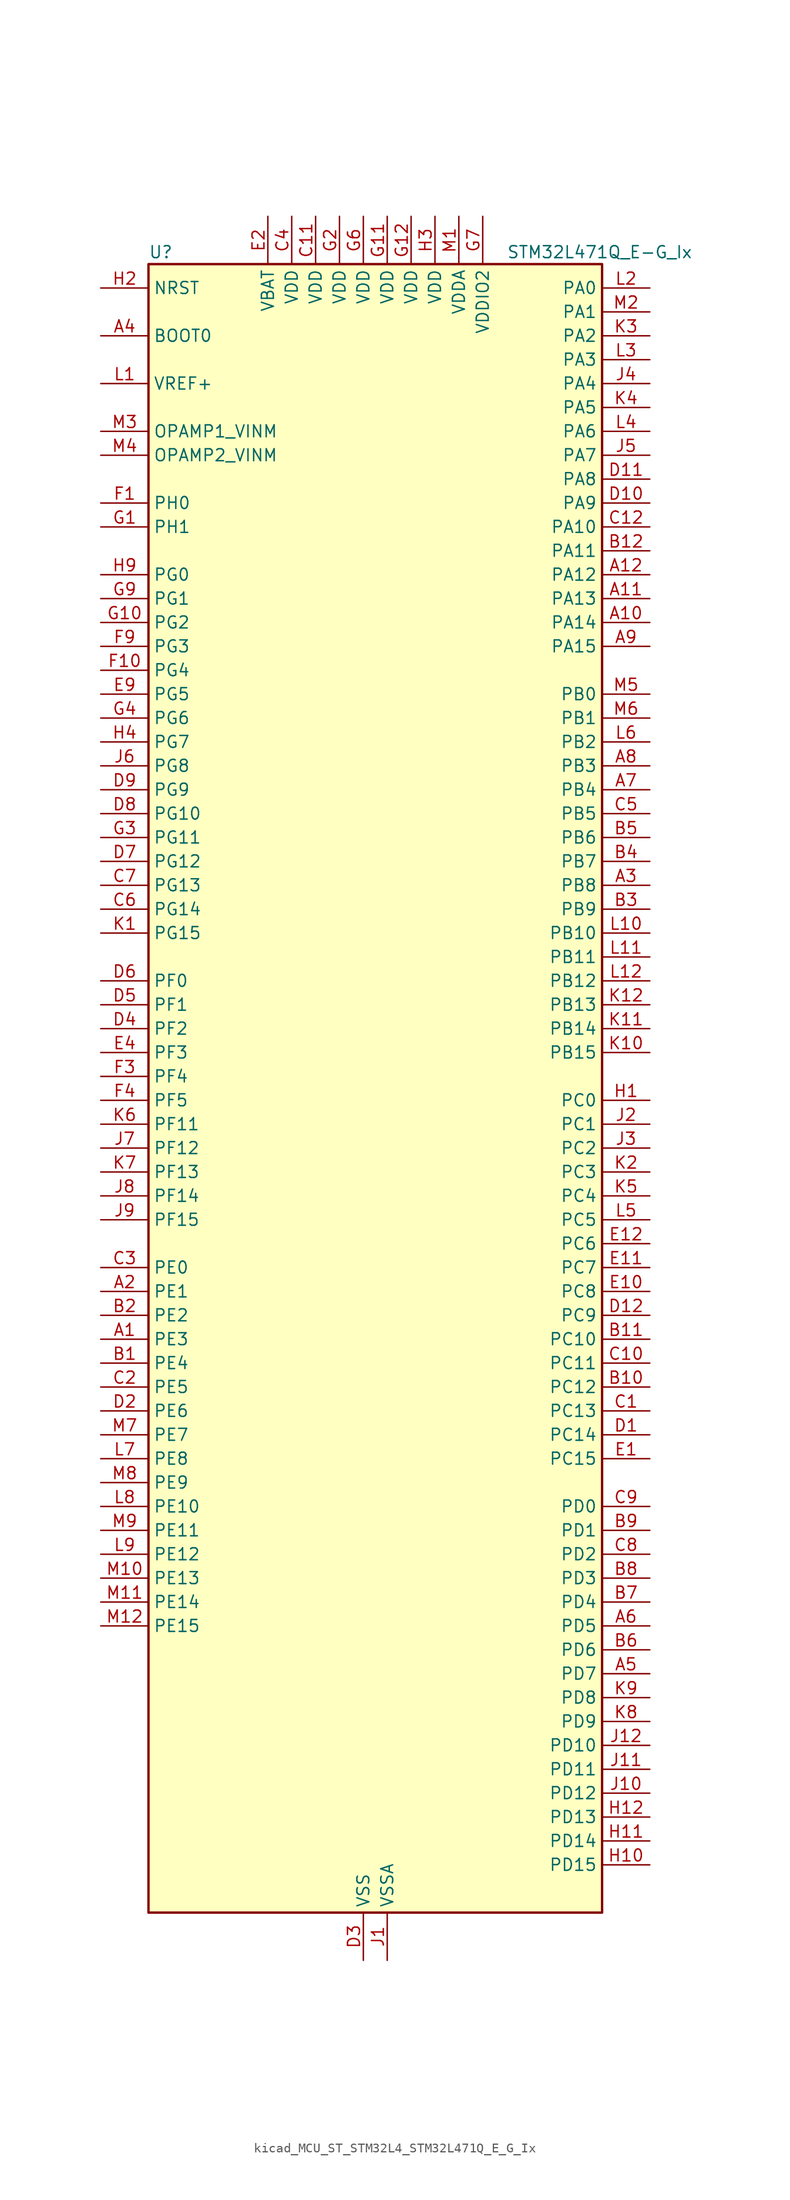
<source format=kicad_sym>
(kicad_symbol_lib
  (version 20220914)
  (generator kicad_symbol_editor)
  (symbol "kicad_MCU_ST_STM32L4_STM32L471Q_E_G_Ix"
    (property "Reference" "U"
      (at -22.86 90.17 0)
      (effects (font (size 1.27 1.27)) (justify left)))
    (property "Value" "STM32L471Q_E-G_Ix"
      (at 15.24 90.17 0)
      (effects (font (size 1.27 1.27)) (justify left)))
    (property "ki_locked" ""
      (at 0 0 0)
      (effects (font (size 1.27 1.27))))
    (symbol "kicad_MCU_ST_STM32L4_STM32L471Q_E_G_Ix_0_1"
      (rectangle (start -22.86 -86.36) (end 25.4 88.9) (stroke (width 0.254) (type default)) (fill (type background))))
    (symbol "kicad_MCU_ST_STM32L4_STM32L471Q_E_G_Ix_1_1"
      (pin bidirectional line (at -27.94 -25.4 0) (length 5.08) (name "PE3" (effects (font (size 1.27 1.27)))) (number "A1" (effects (font (size 1.27 1.27)))) (alternate "FMC_A19" bidirectional line) (alternate "SAI1_SD_B" bidirectional line) (alternate "SYS_TRACED0" bidirectional line) (alternate "TIM3_CH1" bidirectional line) (alternate "TSC_G7_IO2" bidirectional line))
      (pin bidirectional line (at 30.48 50.8 180) (length 5.08) (name "PA14" (effects (font (size 1.27 1.27)))) (number "A10" (effects (font (size 1.27 1.27)))) (alternate "SYS_JTCK-SWCLK" bidirectional line))
      (pin bidirectional line (at 30.48 53.34 180) (length 5.08) (name "PA13" (effects (font (size 1.27 1.27)))) (number "A11" (effects (font (size 1.27 1.27)))) (alternate "IR_OUT" bidirectional line) (alternate "SYS_JTMS-SWDIO" bidirectional line))
      (pin bidirectional line (at 30.48 55.88 180) (length 5.08) (name "PA12" (effects (font (size 1.27 1.27)))) (number "A12" (effects (font (size 1.27 1.27)))) (alternate "CAN1_TX" bidirectional line) (alternate "TIM1_ETR" bidirectional line) (alternate "USART1_DE" bidirectional line) (alternate "USART1_RTS" bidirectional line))
      (pin bidirectional line (at -27.94 -20.32 0) (length 5.08) (name "PE1" (effects (font (size 1.27 1.27)))) (number "A2" (effects (font (size 1.27 1.27)))) (alternate "FMC_NBL1" bidirectional line) (alternate "TIM17_CH1" bidirectional line))
      (pin bidirectional line (at 30.48 22.86 180) (length 5.08) (name "PB8" (effects (font (size 1.27 1.27)))) (number "A3" (effects (font (size 1.27 1.27)))) (alternate "CAN1_RX" bidirectional line) (alternate "DFSDM1_DATIN6" bidirectional line) (alternate "I2C1_SCL" bidirectional line) (alternate "SAI1_MCLK_A" bidirectional line) (alternate "SDMMC1_D4" bidirectional line) (alternate "TIM16_CH1" bidirectional line) (alternate "TIM4_CH3" bidirectional line))
      (pin input line (at -27.94 81.28 0) (length 5.08) (name "BOOT0" (effects (font (size 1.27 1.27)))) (number "A4" (effects (font (size 1.27 1.27)))))
      (pin bidirectional line (at 30.48 -60.96 180) (length 5.08) (name "PD7" (effects (font (size 1.27 1.27)))) (number "A5" (effects (font (size 1.27 1.27)))) (alternate "DFSDM1_CKIN1" bidirectional line) (alternate "FMC_NE1" bidirectional line) (alternate "USART2_CK" bidirectional line))
      (pin bidirectional line (at 30.48 -55.88 180) (length 5.08) (name "PD5" (effects (font (size 1.27 1.27)))) (number "A6" (effects (font (size 1.27 1.27)))) (alternate "FMC_NWE" bidirectional line) (alternate "USART2_TX" bidirectional line))
      (pin bidirectional line (at 30.48 33.02 180) (length 5.08) (name "PB4" (effects (font (size 1.27 1.27)))) (number "A7" (effects (font (size 1.27 1.27)))) (alternate "COMP2_INP" bidirectional line) (alternate "SAI1_MCLK_B" bidirectional line) (alternate "SPI1_MISO" bidirectional line) (alternate "SPI3_MISO" bidirectional line) (alternate "SYS_JTRST" bidirectional line) (alternate "TIM17_BKIN" bidirectional line) (alternate "TIM3_CH1" bidirectional line) (alternate "TSC_G2_IO1" bidirectional line) (alternate "UART5_DE" bidirectional line) (alternate "UART5_RTS" bidirectional line) (alternate "USART1_CTS" bidirectional line))
      (pin bidirectional line (at 30.48 35.56 180) (length 5.08) (name "PB3" (effects (font (size 1.27 1.27)))) (number "A8" (effects (font (size 1.27 1.27)))) (alternate "COMP2_INM" bidirectional line) (alternate "SAI1_SCK_B" bidirectional line) (alternate "SPI1_SCK" bidirectional line) (alternate "SPI3_SCK" bidirectional line) (alternate "SYS_JTDO-SWO" bidirectional line) (alternate "TIM2_CH2" bidirectional line) (alternate "USART1_DE" bidirectional line) (alternate "USART1_RTS" bidirectional line))
      (pin bidirectional line (at 30.48 48.26 180) (length 5.08) (name "PA15" (effects (font (size 1.27 1.27)))) (number "A9" (effects (font (size 1.27 1.27)))) (alternate "ADC1_EXTI15" bidirectional line) (alternate "ADC2_EXTI15" bidirectional line) (alternate "ADC3_EXTI15" bidirectional line) (alternate "SAI2_FS_B" bidirectional line) (alternate "SPI1_NSS" bidirectional line) (alternate "SPI3_NSS" bidirectional line) (alternate "SYS_JTDI" bidirectional line) (alternate "TIM2_CH1" bidirectional line) (alternate "TIM2_ETR" bidirectional line) (alternate "TSC_G3_IO1" bidirectional line) (alternate "UART4_DE" bidirectional line) (alternate "UART4_RTS" bidirectional line))
      (pin bidirectional line (at -27.94 -27.94 0) (length 5.08) (name "PE4" (effects (font (size 1.27 1.27)))) (number "B1" (effects (font (size 1.27 1.27)))) (alternate "DFSDM1_DATIN3" bidirectional line) (alternate "FMC_A20" bidirectional line) (alternate "SAI1_FS_A" bidirectional line) (alternate "SYS_TRACED1" bidirectional line) (alternate "TIM3_CH2" bidirectional line) (alternate "TSC_G7_IO3" bidirectional line))
      (pin bidirectional line (at 30.48 -30.48 180) (length 5.08) (name "PC12" (effects (font (size 1.27 1.27)))) (number "B10" (effects (font (size 1.27 1.27)))) (alternate "SAI2_SD_B" bidirectional line) (alternate "SDMMC1_CK" bidirectional line) (alternate "SPI3_MOSI" bidirectional line) (alternate "TSC_G3_IO4" bidirectional line) (alternate "UART5_TX" bidirectional line) (alternate "USART3_CK" bidirectional line))
      (pin bidirectional line (at 30.48 -25.4 180) (length 5.08) (name "PC10" (effects (font (size 1.27 1.27)))) (number "B11" (effects (font (size 1.27 1.27)))) (alternate "SAI2_SCK_B" bidirectional line) (alternate "SDMMC1_D2" bidirectional line) (alternate "SPI3_SCK" bidirectional line) (alternate "TSC_G3_IO2" bidirectional line) (alternate "UART4_TX" bidirectional line) (alternate "USART3_TX" bidirectional line))
      (pin bidirectional line (at 30.48 58.42 180) (length 5.08) (name "PA11" (effects (font (size 1.27 1.27)))) (number "B12" (effects (font (size 1.27 1.27)))) (alternate "ADC1_EXTI11" bidirectional line) (alternate "ADC2_EXTI11" bidirectional line) (alternate "ADC3_EXTI11" bidirectional line) (alternate "CAN1_RX" bidirectional line) (alternate "TIM1_BKIN2" bidirectional line) (alternate "TIM1_BKIN2_COMP1" bidirectional line) (alternate "TIM1_CH4" bidirectional line) (alternate "USART1_CTS" bidirectional line))
      (pin bidirectional line (at -27.94 -22.86 0) (length 5.08) (name "PE2" (effects (font (size 1.27 1.27)))) (number "B2" (effects (font (size 1.27 1.27)))) (alternate "FMC_A23" bidirectional line) (alternate "SAI1_MCLK_A" bidirectional line) (alternate "SYS_TRACECLK" bidirectional line) (alternate "TIM3_ETR" bidirectional line) (alternate "TSC_G7_IO1" bidirectional line))
      (pin bidirectional line (at 30.48 20.32 180) (length 5.08) (name "PB9" (effects (font (size 1.27 1.27)))) (number "B3" (effects (font (size 1.27 1.27)))) (alternate "CAN1_TX" bidirectional line) (alternate "DAC1_EXTI9" bidirectional line) (alternate "DFSDM1_CKIN6" bidirectional line) (alternate "I2C1_SDA" bidirectional line) (alternate "IR_OUT" bidirectional line) (alternate "SAI1_FS_A" bidirectional line) (alternate "SDMMC1_D5" bidirectional line) (alternate "SPI2_NSS" bidirectional line) (alternate "TIM17_CH1" bidirectional line) (alternate "TIM4_CH4" bidirectional line))
      (pin bidirectional line (at 30.48 25.4 180) (length 5.08) (name "PB7" (effects (font (size 1.27 1.27)))) (number "B4" (effects (font (size 1.27 1.27)))) (alternate "COMP2_INM" bidirectional line) (alternate "DFSDM1_CKIN5" bidirectional line) (alternate "FMC_NL" bidirectional line) (alternate "I2C1_SDA" bidirectional line) (alternate "LPTIM1_IN2" bidirectional line) (alternate "SYS_PVD_IN" bidirectional line) (alternate "TIM17_CH1N" bidirectional line) (alternate "TIM4_CH2" bidirectional line) (alternate "TIM8_BKIN" bidirectional line) (alternate "TIM8_BKIN_COMP1" bidirectional line) (alternate "TSC_G2_IO4" bidirectional line) (alternate "UART4_CTS" bidirectional line) (alternate "USART1_RX" bidirectional line))
      (pin bidirectional line (at 30.48 27.94 180) (length 5.08) (name "PB6" (effects (font (size 1.27 1.27)))) (number "B5" (effects (font (size 1.27 1.27)))) (alternate "COMP2_INP" bidirectional line) (alternate "DFSDM1_DATIN5" bidirectional line) (alternate "I2C1_SCL" bidirectional line) (alternate "LPTIM1_ETR" bidirectional line) (alternate "SAI1_FS_B" bidirectional line) (alternate "TIM16_CH1N" bidirectional line) (alternate "TIM4_CH1" bidirectional line) (alternate "TIM8_BKIN2" bidirectional line) (alternate "TIM8_BKIN2_COMP2" bidirectional line) (alternate "TSC_G2_IO3" bidirectional line) (alternate "USART1_TX" bidirectional line))
      (pin bidirectional line (at 30.48 -58.42 180) (length 5.08) (name "PD6" (effects (font (size 1.27 1.27)))) (number "B6" (effects (font (size 1.27 1.27)))) (alternate "DFSDM1_DATIN1" bidirectional line) (alternate "FMC_NWAIT" bidirectional line) (alternate "SAI1_SD_A" bidirectional line) (alternate "USART2_RX" bidirectional line))
      (pin bidirectional line (at 30.48 -53.34 180) (length 5.08) (name "PD4" (effects (font (size 1.27 1.27)))) (number "B7" (effects (font (size 1.27 1.27)))) (alternate "DFSDM1_CKIN0" bidirectional line) (alternate "FMC_NOE" bidirectional line) (alternate "SPI2_MOSI" bidirectional line) (alternate "USART2_DE" bidirectional line) (alternate "USART2_RTS" bidirectional line))
      (pin bidirectional line (at 30.48 -50.8 180) (length 5.08) (name "PD3" (effects (font (size 1.27 1.27)))) (number "B8" (effects (font (size 1.27 1.27)))) (alternate "DFSDM1_DATIN0" bidirectional line) (alternate "FMC_CLK" bidirectional line) (alternate "SPI2_MISO" bidirectional line) (alternate "USART2_CTS" bidirectional line))
      (pin bidirectional line (at 30.48 -45.72 180) (length 5.08) (name "PD1" (effects (font (size 1.27 1.27)))) (number "B9" (effects (font (size 1.27 1.27)))) (alternate "CAN1_TX" bidirectional line) (alternate "DFSDM1_CKIN7" bidirectional line) (alternate "FMC_D3" bidirectional line) (alternate "FMC_DA3" bidirectional line) (alternate "SPI2_SCK" bidirectional line))
      (pin bidirectional line (at 30.48 -33.02 180) (length 5.08) (name "PC13" (effects (font (size 1.27 1.27)))) (number "C1" (effects (font (size 1.27 1.27)))) (alternate "RTC_OUT_ALARM" bidirectional line) (alternate "RTC_OUT_CALIB" bidirectional line) (alternate "RTC_TAMP1" bidirectional line) (alternate "RTC_TS" bidirectional line) (alternate "SYS_WKUP2" bidirectional line))
      (pin bidirectional line (at 30.48 -27.94 180) (length 5.08) (name "PC11" (effects (font (size 1.27 1.27)))) (number "C10" (effects (font (size 1.27 1.27)))) (alternate "ADC1_EXTI11" bidirectional line) (alternate "ADC2_EXTI11" bidirectional line) (alternate "ADC3_EXTI11" bidirectional line) (alternate "SAI2_MCLK_B" bidirectional line) (alternate "SDMMC1_D3" bidirectional line) (alternate "SPI3_MISO" bidirectional line) (alternate "TSC_G3_IO3" bidirectional line) (alternate "UART4_RX" bidirectional line) (alternate "USART3_RX" bidirectional line))
      (pin power_in line (at -5.08 93.98 270) (length 5.08) (name "VDD" (effects (font (size 1.27 1.27)))) (number "C11" (effects (font (size 1.27 1.27)))))
      (pin bidirectional line (at 30.48 60.96 180) (length 5.08) (name "PA10" (effects (font (size 1.27 1.27)))) (number "C12" (effects (font (size 1.27 1.27)))) (alternate "TIM17_BKIN" bidirectional line) (alternate "TIM1_CH3" bidirectional line) (alternate "USART1_RX" bidirectional line))
      (pin bidirectional line (at -27.94 -30.48 0) (length 5.08) (name "PE5" (effects (font (size 1.27 1.27)))) (number "C2" (effects (font (size 1.27 1.27)))) (alternate "DFSDM1_CKIN3" bidirectional line) (alternate "FMC_A21" bidirectional line) (alternate "SAI1_SCK_A" bidirectional line) (alternate "SYS_TRACED2" bidirectional line) (alternate "TIM3_CH3" bidirectional line) (alternate "TSC_G7_IO4" bidirectional line))
      (pin bidirectional line (at -27.94 -17.78 0) (length 5.08) (name "PE0" (effects (font (size 1.27 1.27)))) (number "C3" (effects (font (size 1.27 1.27)))) (alternate "FMC_NBL0" bidirectional line) (alternate "TIM16_CH1" bidirectional line) (alternate "TIM4_ETR" bidirectional line))
      (pin power_in line (at -7.62 93.98 270) (length 5.08) (name "VDD" (effects (font (size 1.27 1.27)))) (number "C4" (effects (font (size 1.27 1.27)))))
      (pin bidirectional line (at 30.48 30.48 180) (length 5.08) (name "PB5" (effects (font (size 1.27 1.27)))) (number "C5" (effects (font (size 1.27 1.27)))) (alternate "COMP2_OUT" bidirectional line) (alternate "I2C1_SMBA" bidirectional line) (alternate "LPTIM1_IN1" bidirectional line) (alternate "SAI1_SD_B" bidirectional line) (alternate "SPI1_MOSI" bidirectional line) (alternate "SPI3_MOSI" bidirectional line) (alternate "TIM16_BKIN" bidirectional line) (alternate "TIM3_CH2" bidirectional line) (alternate "TSC_G2_IO2" bidirectional line) (alternate "UART5_CTS" bidirectional line) (alternate "USART1_CK" bidirectional line))
      (pin bidirectional line (at -27.94 20.32 0) (length 5.08) (name "PG14" (effects (font (size 1.27 1.27)))) (number "C6" (effects (font (size 1.27 1.27)))) (alternate "FMC_A25" bidirectional line) (alternate "I2C1_SCL" bidirectional line))
      (pin bidirectional line (at -27.94 22.86 0) (length 5.08) (name "PG13" (effects (font (size 1.27 1.27)))) (number "C7" (effects (font (size 1.27 1.27)))) (alternate "FMC_A24" bidirectional line) (alternate "I2C1_SDA" bidirectional line) (alternate "USART1_CK" bidirectional line))
      (pin bidirectional line (at 30.48 -48.26 180) (length 5.08) (name "PD2" (effects (font (size 1.27 1.27)))) (number "C8" (effects (font (size 1.27 1.27)))) (alternate "SDMMC1_CMD" bidirectional line) (alternate "TIM3_ETR" bidirectional line) (alternate "TSC_SYNC" bidirectional line) (alternate "UART5_RX" bidirectional line) (alternate "USART3_DE" bidirectional line) (alternate "USART3_RTS" bidirectional line))
      (pin bidirectional line (at 30.48 -43.18 180) (length 5.08) (name "PD0" (effects (font (size 1.27 1.27)))) (number "C9" (effects (font (size 1.27 1.27)))) (alternate "CAN1_RX" bidirectional line) (alternate "DFSDM1_DATIN7" bidirectional line) (alternate "FMC_D2" bidirectional line) (alternate "FMC_DA2" bidirectional line) (alternate "SPI2_NSS" bidirectional line))
      (pin bidirectional line (at 30.48 -35.56 180) (length 5.08) (name "PC14" (effects (font (size 1.27 1.27)))) (number "D1" (effects (font (size 1.27 1.27)))) (alternate "RCC_OSC32_IN" bidirectional line))
      (pin bidirectional line (at 30.48 63.5 180) (length 5.08) (name "PA9" (effects (font (size 1.27 1.27)))) (number "D10" (effects (font (size 1.27 1.27)))) (alternate "DAC1_EXTI9" bidirectional line) (alternate "TIM15_BKIN" bidirectional line) (alternate "TIM1_CH2" bidirectional line) (alternate "USART1_TX" bidirectional line))
      (pin bidirectional line (at 30.48 66.04 180) (length 5.08) (name "PA8" (effects (font (size 1.27 1.27)))) (number "D11" (effects (font (size 1.27 1.27)))) (alternate "LPTIM2_OUT" bidirectional line) (alternate "RCC_MCO" bidirectional line) (alternate "TIM1_CH1" bidirectional line) (alternate "USART1_CK" bidirectional line))
      (pin bidirectional line (at 30.48 -22.86 180) (length 5.08) (name "PC9" (effects (font (size 1.27 1.27)))) (number "D12" (effects (font (size 1.27 1.27)))) (alternate "DAC1_EXTI9" bidirectional line) (alternate "SAI2_EXTCLK" bidirectional line) (alternate "SDMMC1_D1" bidirectional line) (alternate "TIM3_CH4" bidirectional line) (alternate "TIM8_BKIN2" bidirectional line) (alternate "TIM8_BKIN2_COMP1" bidirectional line) (alternate "TIM8_CH4" bidirectional line) (alternate "TSC_G4_IO4" bidirectional line))
      (pin bidirectional line (at -27.94 -33.02 0) (length 5.08) (name "PE6" (effects (font (size 1.27 1.27)))) (number "D2" (effects (font (size 1.27 1.27)))) (alternate "FMC_A22" bidirectional line) (alternate "RTC_TAMP3" bidirectional line) (alternate "SAI1_SD_A" bidirectional line) (alternate "SYS_TRACED3" bidirectional line) (alternate "SYS_WKUP3" bidirectional line) (alternate "TIM3_CH4" bidirectional line))
      (pin power_in line (at 0 -91.44 90) (length 5.08) (name "VSS" (effects (font (size 1.27 1.27)))) (number "D3" (effects (font (size 1.27 1.27)))))
      (pin bidirectional line (at -27.94 7.62 0) (length 5.08) (name "PF2" (effects (font (size 1.27 1.27)))) (number "D4" (effects (font (size 1.27 1.27)))) (alternate "FMC_A2" bidirectional line) (alternate "I2C2_SMBA" bidirectional line))
      (pin bidirectional line (at -27.94 10.16 0) (length 5.08) (name "PF1" (effects (font (size 1.27 1.27)))) (number "D5" (effects (font (size 1.27 1.27)))) (alternate "FMC_A1" bidirectional line) (alternate "I2C2_SCL" bidirectional line))
      (pin bidirectional line (at -27.94 12.7 0) (length 5.08) (name "PF0" (effects (font (size 1.27 1.27)))) (number "D6" (effects (font (size 1.27 1.27)))) (alternate "FMC_A0" bidirectional line) (alternate "I2C2_SDA" bidirectional line))
      (pin bidirectional line (at -27.94 25.4 0) (length 5.08) (name "PG12" (effects (font (size 1.27 1.27)))) (number "D7" (effects (font (size 1.27 1.27)))) (alternate "FMC_NE4" bidirectional line) (alternate "LPTIM1_ETR" bidirectional line) (alternate "SAI2_SD_A" bidirectional line) (alternate "SPI3_NSS" bidirectional line) (alternate "USART1_DE" bidirectional line) (alternate "USART1_RTS" bidirectional line))
      (pin bidirectional line (at -27.94 30.48 0) (length 5.08) (name "PG10" (effects (font (size 1.27 1.27)))) (number "D8" (effects (font (size 1.27 1.27)))) (alternate "FMC_NE3" bidirectional line) (alternate "LPTIM1_IN1" bidirectional line) (alternate "SAI2_FS_A" bidirectional line) (alternate "SPI3_MISO" bidirectional line) (alternate "TIM15_CH1" bidirectional line) (alternate "USART1_RX" bidirectional line))
      (pin bidirectional line (at -27.94 33.02 0) (length 5.08) (name "PG9" (effects (font (size 1.27 1.27)))) (number "D9" (effects (font (size 1.27 1.27)))) (alternate "DAC1_EXTI9" bidirectional line) (alternate "FMC_NCE3" bidirectional line) (alternate "FMC_NE2" bidirectional line) (alternate "SAI2_SCK_A" bidirectional line) (alternate "SPI3_SCK" bidirectional line) (alternate "TIM15_CH1N" bidirectional line) (alternate "USART1_TX" bidirectional line))
      (pin bidirectional line (at 30.48 -38.1 180) (length 5.08) (name "PC15" (effects (font (size 1.27 1.27)))) (number "E1" (effects (font (size 1.27 1.27)))) (alternate "ADC1_EXTI15" bidirectional line) (alternate "ADC2_EXTI15" bidirectional line) (alternate "ADC3_EXTI15" bidirectional line) (alternate "RCC_OSC32_OUT" bidirectional line))
      (pin bidirectional line (at 30.48 -20.32 180) (length 5.08) (name "PC8" (effects (font (size 1.27 1.27)))) (number "E10" (effects (font (size 1.27 1.27)))) (alternate "SDMMC1_D0" bidirectional line) (alternate "TIM3_CH3" bidirectional line) (alternate "TIM8_CH3" bidirectional line) (alternate "TSC_G4_IO3" bidirectional line))
      (pin bidirectional line (at 30.48 -17.78 180) (length 5.08) (name "PC7" (effects (font (size 1.27 1.27)))) (number "E11" (effects (font (size 1.27 1.27)))) (alternate "DFSDM1_DATIN3" bidirectional line) (alternate "SAI2_MCLK_B" bidirectional line) (alternate "SDMMC1_D7" bidirectional line) (alternate "TIM3_CH2" bidirectional line) (alternate "TIM8_CH2" bidirectional line) (alternate "TSC_G4_IO2" bidirectional line))
      (pin bidirectional line (at 30.48 -15.24 180) (length 5.08) (name "PC6" (effects (font (size 1.27 1.27)))) (number "E12" (effects (font (size 1.27 1.27)))) (alternate "DFSDM1_CKIN3" bidirectional line) (alternate "SAI2_MCLK_A" bidirectional line) (alternate "SDMMC1_D6" bidirectional line) (alternate "TIM3_CH1" bidirectional line) (alternate "TIM8_CH1" bidirectional line) (alternate "TSC_G4_IO1" bidirectional line))
      (pin power_in line (at -10.16 93.98 270) (length 5.08) (name "VBAT" (effects (font (size 1.27 1.27)))) (number "E2" (effects (font (size 1.27 1.27)))))
      (pin passive line (at 0 -91.44 90) (length 5.08) hide (name "VSS" (effects (font (size 1.27 1.27)))) (number "E3" (effects (font (size 1.27 1.27)))))
      (pin bidirectional line (at -27.94 5.08 0) (length 5.08) (name "PF3" (effects (font (size 1.27 1.27)))) (number "E4" (effects (font (size 1.27 1.27)))) (alternate "ADC3_IN6" bidirectional line) (alternate "FMC_A3" bidirectional line))
      (pin bidirectional line (at -27.94 43.18 0) (length 5.08) (name "PG5" (effects (font (size 1.27 1.27)))) (number "E9" (effects (font (size 1.27 1.27)))) (alternate "FMC_A15" bidirectional line) (alternate "LPUART1_CTS" bidirectional line) (alternate "SAI2_SD_B" bidirectional line) (alternate "SPI1_NSS" bidirectional line))
      (pin bidirectional line (at -27.94 63.5 0) (length 5.08) (name "PH0" (effects (font (size 1.27 1.27)))) (number "F1" (effects (font (size 1.27 1.27)))) (alternate "RCC_OSC_IN" bidirectional line))
      (pin bidirectional line (at -27.94 45.72 0) (length 5.08) (name "PG4" (effects (font (size 1.27 1.27)))) (number "F10" (effects (font (size 1.27 1.27)))) (alternate "FMC_A14" bidirectional line) (alternate "SAI2_MCLK_B" bidirectional line) (alternate "SPI1_MOSI" bidirectional line))
      (pin passive line (at 0 -91.44 90) (length 5.08) hide (name "VSS" (effects (font (size 1.27 1.27)))) (number "F11" (effects (font (size 1.27 1.27)))))
      (pin passive line (at 0 -91.44 90) (length 5.08) hide (name "VSS" (effects (font (size 1.27 1.27)))) (number "F12" (effects (font (size 1.27 1.27)))))
      (pin passive line (at 0 -91.44 90) (length 5.08) hide (name "VSS" (effects (font (size 1.27 1.27)))) (number "F2" (effects (font (size 1.27 1.27)))))
      (pin bidirectional line (at -27.94 2.54 0) (length 5.08) (name "PF4" (effects (font (size 1.27 1.27)))) (number "F3" (effects (font (size 1.27 1.27)))) (alternate "ADC3_IN7" bidirectional line) (alternate "FMC_A4" bidirectional line))
      (pin bidirectional line (at -27.94 0 0) (length 5.08) (name "PF5" (effects (font (size 1.27 1.27)))) (number "F4" (effects (font (size 1.27 1.27)))) (alternate "ADC3_IN8" bidirectional line) (alternate "FMC_A5" bidirectional line))
      (pin passive line (at 0 -91.44 90) (length 5.08) hide (name "VSS" (effects (font (size 1.27 1.27)))) (number "F6" (effects (font (size 1.27 1.27)))))
      (pin passive line (at 0 -91.44 90) (length 5.08) hide (name "VSS" (effects (font (size 1.27 1.27)))) (number "F7" (effects (font (size 1.27 1.27)))))
      (pin bidirectional line (at -27.94 48.26 0) (length 5.08) (name "PG3" (effects (font (size 1.27 1.27)))) (number "F9" (effects (font (size 1.27 1.27)))) (alternate "FMC_A13" bidirectional line) (alternate "SAI2_FS_B" bidirectional line) (alternate "SPI1_MISO" bidirectional line))
      (pin bidirectional line (at -27.94 60.96 0) (length 5.08) (name "PH1" (effects (font (size 1.27 1.27)))) (number "G1" (effects (font (size 1.27 1.27)))) (alternate "RCC_OSC_OUT" bidirectional line))
      (pin bidirectional line (at -27.94 50.8 0) (length 5.08) (name "PG2" (effects (font (size 1.27 1.27)))) (number "G10" (effects (font (size 1.27 1.27)))) (alternate "FMC_A12" bidirectional line) (alternate "SAI2_SCK_B" bidirectional line) (alternate "SPI1_SCK" bidirectional line))
      (pin power_in line (at 2.54 93.98 270) (length 5.08) (name "VDD" (effects (font (size 1.27 1.27)))) (number "G11" (effects (font (size 1.27 1.27)))))
      (pin power_in line (at 5.08 93.98 270) (length 5.08) (name "VDD" (effects (font (size 1.27 1.27)))) (number "G12" (effects (font (size 1.27 1.27)))))
      (pin power_in line (at -2.54 93.98 270) (length 5.08) (name "VDD" (effects (font (size 1.27 1.27)))) (number "G2" (effects (font (size 1.27 1.27)))))
      (pin bidirectional line (at -27.94 27.94 0) (length 5.08) (name "PG11" (effects (font (size 1.27 1.27)))) (number "G3" (effects (font (size 1.27 1.27)))) (alternate "ADC1_EXTI11" bidirectional line) (alternate "ADC2_EXTI11" bidirectional line) (alternate "ADC3_EXTI11" bidirectional line) (alternate "LPTIM1_IN2" bidirectional line) (alternate "SAI2_MCLK_A" bidirectional line) (alternate "SPI3_MOSI" bidirectional line) (alternate "TIM15_CH2" bidirectional line) (alternate "USART1_CTS" bidirectional line))
      (pin bidirectional line (at -27.94 40.64 0) (length 5.08) (name "PG6" (effects (font (size 1.27 1.27)))) (number "G4" (effects (font (size 1.27 1.27)))) (alternate "I2C3_SMBA" bidirectional line) (alternate "LPUART1_DE" bidirectional line) (alternate "LPUART1_RTS" bidirectional line))
      (pin power_in line (at 0 93.98 270) (length 5.08) (name "VDD" (effects (font (size 1.27 1.27)))) (number "G6" (effects (font (size 1.27 1.27)))))
      (pin power_in line (at 12.7 93.98 270) (length 5.08) (name "VDDIO2" (effects (font (size 1.27 1.27)))) (number "G7" (effects (font (size 1.27 1.27)))))
      (pin bidirectional line (at -27.94 53.34 0) (length 5.08) (name "PG1" (effects (font (size 1.27 1.27)))) (number "G9" (effects (font (size 1.27 1.27)))) (alternate "FMC_A11" bidirectional line) (alternate "TSC_G8_IO4" bidirectional line))
      (pin bidirectional line (at 30.48 0 180) (length 5.08) (name "PC0" (effects (font (size 1.27 1.27)))) (number "H1" (effects (font (size 1.27 1.27)))) (alternate "ADC1_IN1" bidirectional line) (alternate "ADC2_IN1" bidirectional line) (alternate "ADC3_IN1" bidirectional line) (alternate "DFSDM1_DATIN4" bidirectional line) (alternate "I2C3_SCL" bidirectional line) (alternate "LPTIM1_IN1" bidirectional line) (alternate "LPTIM2_IN1" bidirectional line) (alternate "LPUART1_RX" bidirectional line))
      (pin bidirectional line (at 30.48 -81.28 180) (length 5.08) (name "PD15" (effects (font (size 1.27 1.27)))) (number "H10" (effects (font (size 1.27 1.27)))) (alternate "ADC1_EXTI15" bidirectional line) (alternate "ADC2_EXTI15" bidirectional line) (alternate "ADC3_EXTI15" bidirectional line) (alternate "FMC_D1" bidirectional line) (alternate "FMC_DA1" bidirectional line) (alternate "TIM4_CH4" bidirectional line))
      (pin bidirectional line (at 30.48 -78.74 180) (length 5.08) (name "PD14" (effects (font (size 1.27 1.27)))) (number "H11" (effects (font (size 1.27 1.27)))) (alternate "FMC_D0" bidirectional line) (alternate "FMC_DA0" bidirectional line) (alternate "TIM4_CH3" bidirectional line))
      (pin bidirectional line (at 30.48 -76.2 180) (length 5.08) (name "PD13" (effects (font (size 1.27 1.27)))) (number "H12" (effects (font (size 1.27 1.27)))) (alternate "FMC_A18" bidirectional line) (alternate "LPTIM2_OUT" bidirectional line) (alternate "TIM4_CH2" bidirectional line) (alternate "TSC_G6_IO4" bidirectional line))
      (pin input line (at -27.94 86.36 0) (length 5.08) (name "NRST" (effects (font (size 1.27 1.27)))) (number "H2" (effects (font (size 1.27 1.27)))))
      (pin power_in line (at 7.62 93.98 270) (length 5.08) (name "VDD" (effects (font (size 1.27 1.27)))) (number "H3" (effects (font (size 1.27 1.27)))))
      (pin bidirectional line (at -27.94 38.1 0) (length 5.08) (name "PG7" (effects (font (size 1.27 1.27)))) (number "H4" (effects (font (size 1.27 1.27)))) (alternate "FMC_INT3" bidirectional line) (alternate "I2C3_SCL" bidirectional line) (alternate "LPUART1_TX" bidirectional line))
      (pin bidirectional line (at -27.94 55.88 0) (length 5.08) (name "PG0" (effects (font (size 1.27 1.27)))) (number "H9" (effects (font (size 1.27 1.27)))) (alternate "FMC_A10" bidirectional line) (alternate "TSC_G8_IO3" bidirectional line))
      (pin power_in line (at 2.54 -91.44 90) (length 5.08) (name "VSSA" (effects (font (size 1.27 1.27)))) (number "J1" (effects (font (size 1.27 1.27)))))
      (pin bidirectional line (at 30.48 -73.66 180) (length 5.08) (name "PD12" (effects (font (size 1.27 1.27)))) (number "J10" (effects (font (size 1.27 1.27)))) (alternate "FMC_A17" bidirectional line) (alternate "FMC_ALE" bidirectional line) (alternate "LPTIM2_IN1" bidirectional line) (alternate "SAI2_FS_A" bidirectional line) (alternate "TIM4_CH1" bidirectional line) (alternate "TSC_G6_IO3" bidirectional line) (alternate "USART3_DE" bidirectional line) (alternate "USART3_RTS" bidirectional line))
      (pin bidirectional line (at 30.48 -71.12 180) (length 5.08) (name "PD11" (effects (font (size 1.27 1.27)))) (number "J11" (effects (font (size 1.27 1.27)))) (alternate "ADC1_EXTI11" bidirectional line) (alternate "ADC2_EXTI11" bidirectional line) (alternate "ADC3_EXTI11" bidirectional line) (alternate "FMC_A16" bidirectional line) (alternate "FMC_CLE" bidirectional line) (alternate "LPTIM2_ETR" bidirectional line) (alternate "SAI2_SD_A" bidirectional line) (alternate "TSC_G6_IO2" bidirectional line) (alternate "USART3_CTS" bidirectional line))
      (pin bidirectional line (at 30.48 -68.58 180) (length 5.08) (name "PD10" (effects (font (size 1.27 1.27)))) (number "J12" (effects (font (size 1.27 1.27)))) (alternate "FMC_D15" bidirectional line) (alternate "FMC_DA15" bidirectional line) (alternate "SAI2_SCK_A" bidirectional line) (alternate "TSC_G6_IO1" bidirectional line) (alternate "USART3_CK" bidirectional line))
      (pin bidirectional line (at 30.48 -2.54 180) (length 5.08) (name "PC1" (effects (font (size 1.27 1.27)))) (number "J2" (effects (font (size 1.27 1.27)))) (alternate "ADC1_IN2" bidirectional line) (alternate "ADC2_IN2" bidirectional line) (alternate "ADC3_IN2" bidirectional line) (alternate "DFSDM1_CKIN4" bidirectional line) (alternate "I2C3_SDA" bidirectional line) (alternate "LPTIM1_OUT" bidirectional line) (alternate "LPUART1_TX" bidirectional line))
      (pin bidirectional line (at 30.48 -5.08 180) (length 5.08) (name "PC2" (effects (font (size 1.27 1.27)))) (number "J3" (effects (font (size 1.27 1.27)))) (alternate "ADC1_IN3" bidirectional line) (alternate "ADC2_IN3" bidirectional line) (alternate "ADC3_IN3" bidirectional line) (alternate "DFSDM1_CKOUT" bidirectional line) (alternate "LPTIM1_IN2" bidirectional line) (alternate "SPI2_MISO" bidirectional line))
      (pin bidirectional line (at 30.48 76.2 180) (length 5.08) (name "PA4" (effects (font (size 1.27 1.27)))) (number "J4" (effects (font (size 1.27 1.27)))) (alternate "ADC1_IN9" bidirectional line) (alternate "ADC2_IN9" bidirectional line) (alternate "DAC1_OUT1" bidirectional line) (alternate "LPTIM2_OUT" bidirectional line) (alternate "SAI1_FS_B" bidirectional line) (alternate "SPI1_NSS" bidirectional line) (alternate "SPI3_NSS" bidirectional line) (alternate "USART2_CK" bidirectional line))
      (pin bidirectional line (at 30.48 68.58 180) (length 5.08) (name "PA7" (effects (font (size 1.27 1.27)))) (number "J5" (effects (font (size 1.27 1.27)))) (alternate "ADC1_IN12" bidirectional line) (alternate "ADC2_IN12" bidirectional line) (alternate "OPAMP2_VINM" bidirectional line) (alternate "QUADSPI_BK1_IO2" bidirectional line) (alternate "SPI1_MOSI" bidirectional line) (alternate "TIM17_CH1" bidirectional line) (alternate "TIM1_CH1N" bidirectional line) (alternate "TIM3_CH2" bidirectional line) (alternate "TIM8_CH1N" bidirectional line))
      (pin bidirectional line (at -27.94 35.56 0) (length 5.08) (name "PG8" (effects (font (size 1.27 1.27)))) (number "J6" (effects (font (size 1.27 1.27)))) (alternate "I2C3_SDA" bidirectional line) (alternate "LPUART1_RX" bidirectional line))
      (pin bidirectional line (at -27.94 -5.08 0) (length 5.08) (name "PF12" (effects (font (size 1.27 1.27)))) (number "J7" (effects (font (size 1.27 1.27)))) (alternate "FMC_A6" bidirectional line))
      (pin bidirectional line (at -27.94 -10.16 0) (length 5.08) (name "PF14" (effects (font (size 1.27 1.27)))) (number "J8" (effects (font (size 1.27 1.27)))) (alternate "DFSDM1_CKIN6" bidirectional line) (alternate "FMC_A8" bidirectional line) (alternate "TSC_G8_IO1" bidirectional line))
      (pin bidirectional line (at -27.94 -12.7 0) (length 5.08) (name "PF15" (effects (font (size 1.27 1.27)))) (number "J9" (effects (font (size 1.27 1.27)))) (alternate "ADC1_EXTI15" bidirectional line) (alternate "ADC2_EXTI15" bidirectional line) (alternate "ADC3_EXTI15" bidirectional line) (alternate "FMC_A9" bidirectional line) (alternate "TSC_G8_IO2" bidirectional line))
      (pin bidirectional line (at -27.94 17.78 0) (length 5.08) (name "PG15" (effects (font (size 1.27 1.27)))) (number "K1" (effects (font (size 1.27 1.27)))) (alternate "ADC1_EXTI15" bidirectional line) (alternate "ADC2_EXTI15" bidirectional line) (alternate "ADC3_EXTI15" bidirectional line) (alternate "I2C1_SMBA" bidirectional line) (alternate "LPTIM1_OUT" bidirectional line))
      (pin bidirectional line (at 30.48 5.08 180) (length 5.08) (name "PB15" (effects (font (size 1.27 1.27)))) (number "K10" (effects (font (size 1.27 1.27)))) (alternate "ADC1_EXTI15" bidirectional line) (alternate "ADC2_EXTI15" bidirectional line) (alternate "ADC3_EXTI15" bidirectional line) (alternate "DFSDM1_CKIN2" bidirectional line) (alternate "RTC_REFIN" bidirectional line) (alternate "SAI2_SD_A" bidirectional line) (alternate "SPI2_MOSI" bidirectional line) (alternate "SWPMI1_SUSPEND" bidirectional line) (alternate "TIM15_CH2" bidirectional line) (alternate "TIM1_CH3N" bidirectional line) (alternate "TIM8_CH3N" bidirectional line) (alternate "TSC_G1_IO4" bidirectional line))
      (pin bidirectional line (at 30.48 7.62 180) (length 5.08) (name "PB14" (effects (font (size 1.27 1.27)))) (number "K11" (effects (font (size 1.27 1.27)))) (alternate "DFSDM1_DATIN2" bidirectional line) (alternate "I2C2_SDA" bidirectional line) (alternate "SAI2_MCLK_A" bidirectional line) (alternate "SPI2_MISO" bidirectional line) (alternate "SWPMI1_RX" bidirectional line) (alternate "TIM15_CH1" bidirectional line) (alternate "TIM1_CH2N" bidirectional line) (alternate "TIM8_CH2N" bidirectional line) (alternate "TSC_G1_IO3" bidirectional line) (alternate "USART3_DE" bidirectional line) (alternate "USART3_RTS" bidirectional line))
      (pin bidirectional line (at 30.48 10.16 180) (length 5.08) (name "PB13" (effects (font (size 1.27 1.27)))) (number "K12" (effects (font (size 1.27 1.27)))) (alternate "DFSDM1_CKIN1" bidirectional line) (alternate "I2C2_SCL" bidirectional line) (alternate "LPUART1_CTS" bidirectional line) (alternate "SAI2_SCK_A" bidirectional line) (alternate "SPI2_SCK" bidirectional line) (alternate "SWPMI1_TX" bidirectional line) (alternate "TIM15_CH1N" bidirectional line) (alternate "TIM1_CH1N" bidirectional line) (alternate "TSC_G1_IO2" bidirectional line) (alternate "USART3_CTS" bidirectional line))
      (pin bidirectional line (at 30.48 -7.62 180) (length 5.08) (name "PC3" (effects (font (size 1.27 1.27)))) (number "K2" (effects (font (size 1.27 1.27)))) (alternate "ADC1_IN4" bidirectional line) (alternate "ADC2_IN4" bidirectional line) (alternate "ADC3_IN4" bidirectional line) (alternate "LPTIM1_ETR" bidirectional line) (alternate "LPTIM2_ETR" bidirectional line) (alternate "SAI1_SD_A" bidirectional line) (alternate "SPI2_MOSI" bidirectional line))
      (pin bidirectional line (at 30.48 81.28 180) (length 5.08) (name "PA2" (effects (font (size 1.27 1.27)))) (number "K3" (effects (font (size 1.27 1.27)))) (alternate "ADC1_IN7" bidirectional line) (alternate "ADC2_IN7" bidirectional line) (alternate "RCC_LSCO" bidirectional line) (alternate "SAI2_EXTCLK" bidirectional line) (alternate "SYS_WKUP4" bidirectional line) (alternate "TIM15_CH1" bidirectional line) (alternate "TIM2_CH3" bidirectional line) (alternate "TIM5_CH3" bidirectional line) (alternate "USART2_TX" bidirectional line))
      (pin bidirectional line (at 30.48 73.66 180) (length 5.08) (name "PA5" (effects (font (size 1.27 1.27)))) (number "K4" (effects (font (size 1.27 1.27)))) (alternate "ADC1_IN10" bidirectional line) (alternate "ADC2_IN10" bidirectional line) (alternate "DAC1_OUT2" bidirectional line) (alternate "LPTIM2_ETR" bidirectional line) (alternate "SPI1_SCK" bidirectional line) (alternate "TIM2_CH1" bidirectional line) (alternate "TIM2_ETR" bidirectional line) (alternate "TIM8_CH1N" bidirectional line))
      (pin bidirectional line (at 30.48 -10.16 180) (length 5.08) (name "PC4" (effects (font (size 1.27 1.27)))) (number "K5" (effects (font (size 1.27 1.27)))) (alternate "ADC1_IN13" bidirectional line) (alternate "ADC2_IN13" bidirectional line) (alternate "COMP1_INM" bidirectional line) (alternate "USART3_TX" bidirectional line))
      (pin bidirectional line (at -27.94 -2.54 0) (length 5.08) (name "PF11" (effects (font (size 1.27 1.27)))) (number "K6" (effects (font (size 1.27 1.27)))) (alternate "ADC1_EXTI11" bidirectional line) (alternate "ADC2_EXTI11" bidirectional line) (alternate "ADC3_EXTI11" bidirectional line))
      (pin bidirectional line (at -27.94 -7.62 0) (length 5.08) (name "PF13" (effects (font (size 1.27 1.27)))) (number "K7" (effects (font (size 1.27 1.27)))) (alternate "DFSDM1_DATIN6" bidirectional line) (alternate "FMC_A7" bidirectional line))
      (pin bidirectional line (at 30.48 -66.04 180) (length 5.08) (name "PD9" (effects (font (size 1.27 1.27)))) (number "K8" (effects (font (size 1.27 1.27)))) (alternate "DAC1_EXTI9" bidirectional line) (alternate "FMC_D14" bidirectional line) (alternate "FMC_DA14" bidirectional line) (alternate "SAI2_MCLK_A" bidirectional line) (alternate "USART3_RX" bidirectional line))
      (pin bidirectional line (at 30.48 -63.5 180) (length 5.08) (name "PD8" (effects (font (size 1.27 1.27)))) (number "K9" (effects (font (size 1.27 1.27)))) (alternate "FMC_D13" bidirectional line) (alternate "FMC_DA13" bidirectional line) (alternate "USART3_TX" bidirectional line))
      (pin input line (at -27.94 76.2 0) (length 5.08) (name "VREF+" (effects (font (size 1.27 1.27)))) (number "L1" (effects (font (size 1.27 1.27)))) (alternate "VREFBUF_OUT" bidirectional line))
      (pin bidirectional line (at 30.48 17.78 180) (length 5.08) (name "PB10" (effects (font (size 1.27 1.27)))) (number "L10" (effects (font (size 1.27 1.27)))) (alternate "COMP1_OUT" bidirectional line) (alternate "DFSDM1_DATIN7" bidirectional line) (alternate "I2C2_SCL" bidirectional line) (alternate "LPUART1_RX" bidirectional line) (alternate "QUADSPI_CLK" bidirectional line) (alternate "SAI1_SCK_A" bidirectional line) (alternate "SPI2_SCK" bidirectional line) (alternate "TIM2_CH3" bidirectional line) (alternate "USART3_TX" bidirectional line))
      (pin bidirectional line (at 30.48 15.24 180) (length 5.08) (name "PB11" (effects (font (size 1.27 1.27)))) (number "L11" (effects (font (size 1.27 1.27)))) (alternate "ADC1_EXTI11" bidirectional line) (alternate "ADC2_EXTI11" bidirectional line) (alternate "ADC3_EXTI11" bidirectional line) (alternate "COMP2_OUT" bidirectional line) (alternate "DFSDM1_CKIN7" bidirectional line) (alternate "I2C2_SDA" bidirectional line) (alternate "LPUART1_TX" bidirectional line) (alternate "QUADSPI_NCS" bidirectional line) (alternate "TIM2_CH4" bidirectional line) (alternate "USART3_RX" bidirectional line))
      (pin bidirectional line (at 30.48 12.7 180) (length 5.08) (name "PB12" (effects (font (size 1.27 1.27)))) (number "L12" (effects (font (size 1.27 1.27)))) (alternate "DFSDM1_DATIN1" bidirectional line) (alternate "I2C2_SMBA" bidirectional line) (alternate "LPUART1_DE" bidirectional line) (alternate "LPUART1_RTS" bidirectional line) (alternate "SAI2_FS_A" bidirectional line) (alternate "SPI2_NSS" bidirectional line) (alternate "SWPMI1_IO" bidirectional line) (alternate "TIM15_BKIN" bidirectional line) (alternate "TIM1_BKIN" bidirectional line) (alternate "TIM1_BKIN_COMP2" bidirectional line) (alternate "TSC_G1_IO1" bidirectional line) (alternate "USART3_CK" bidirectional line))
      (pin bidirectional line (at 30.48 86.36 180) (length 5.08) (name "PA0" (effects (font (size 1.27 1.27)))) (number "L2" (effects (font (size 1.27 1.27)))) (alternate "ADC1_IN5" bidirectional line) (alternate "ADC2_IN5" bidirectional line) (alternate "OPAMP1_VINP" bidirectional line) (alternate "RTC_TAMP2" bidirectional line) (alternate "SAI1_EXTCLK" bidirectional line) (alternate "SYS_WKUP1" bidirectional line) (alternate "TIM2_CH1" bidirectional line) (alternate "TIM2_ETR" bidirectional line) (alternate "TIM5_CH1" bidirectional line) (alternate "TIM8_ETR" bidirectional line) (alternate "UART4_TX" bidirectional line) (alternate "USART2_CTS" bidirectional line))
      (pin bidirectional line (at 30.48 78.74 180) (length 5.08) (name "PA3" (effects (font (size 1.27 1.27)))) (number "L3" (effects (font (size 1.27 1.27)))) (alternate "ADC1_IN8" bidirectional line) (alternate "ADC2_IN8" bidirectional line) (alternate "OPAMP1_VOUT" bidirectional line) (alternate "TIM15_CH2" bidirectional line) (alternate "TIM2_CH4" bidirectional line) (alternate "TIM5_CH4" bidirectional line) (alternate "USART2_RX" bidirectional line))
      (pin bidirectional line (at 30.48 71.12 180) (length 5.08) (name "PA6" (effects (font (size 1.27 1.27)))) (number "L4" (effects (font (size 1.27 1.27)))) (alternate "ADC1_IN11" bidirectional line) (alternate "ADC2_IN11" bidirectional line) (alternate "OPAMP2_VINP" bidirectional line) (alternate "QUADSPI_BK1_IO3" bidirectional line) (alternate "SPI1_MISO" bidirectional line) (alternate "TIM16_CH1" bidirectional line) (alternate "TIM1_BKIN" bidirectional line) (alternate "TIM1_BKIN_COMP2" bidirectional line) (alternate "TIM3_CH1" bidirectional line) (alternate "TIM8_BKIN" bidirectional line) (alternate "TIM8_BKIN_COMP2" bidirectional line) (alternate "USART3_CTS" bidirectional line))
      (pin bidirectional line (at 30.48 -12.7 180) (length 5.08) (name "PC5" (effects (font (size 1.27 1.27)))) (number "L5" (effects (font (size 1.27 1.27)))) (alternate "ADC1_IN14" bidirectional line) (alternate "ADC2_IN14" bidirectional line) (alternate "COMP1_INP" bidirectional line) (alternate "SYS_WKUP5" bidirectional line) (alternate "USART3_RX" bidirectional line))
      (pin bidirectional line (at 30.48 38.1 180) (length 5.08) (name "PB2" (effects (font (size 1.27 1.27)))) (number "L6" (effects (font (size 1.27 1.27)))) (alternate "COMP1_INP" bidirectional line) (alternate "DFSDM1_CKIN0" bidirectional line) (alternate "I2C3_SMBA" bidirectional line) (alternate "LPTIM1_OUT" bidirectional line) (alternate "RTC_OUT_ALARM" bidirectional line) (alternate "RTC_OUT_CALIB" bidirectional line))
      (pin bidirectional line (at -27.94 -38.1 0) (length 5.08) (name "PE8" (effects (font (size 1.27 1.27)))) (number "L7" (effects (font (size 1.27 1.27)))) (alternate "DFSDM1_CKIN2" bidirectional line) (alternate "FMC_D5" bidirectional line) (alternate "FMC_DA5" bidirectional line) (alternate "SAI1_SCK_B" bidirectional line) (alternate "TIM1_CH1N" bidirectional line))
      (pin bidirectional line (at -27.94 -43.18 0) (length 5.08) (name "PE10" (effects (font (size 1.27 1.27)))) (number "L8" (effects (font (size 1.27 1.27)))) (alternate "DFSDM1_DATIN4" bidirectional line) (alternate "FMC_D7" bidirectional line) (alternate "FMC_DA7" bidirectional line) (alternate "QUADSPI_CLK" bidirectional line) (alternate "SAI1_MCLK_B" bidirectional line) (alternate "TIM1_CH2N" bidirectional line) (alternate "TSC_G5_IO1" bidirectional line))
      (pin bidirectional line (at -27.94 -48.26 0) (length 5.08) (name "PE12" (effects (font (size 1.27 1.27)))) (number "L9" (effects (font (size 1.27 1.27)))) (alternate "DFSDM1_DATIN5" bidirectional line) (alternate "FMC_D9" bidirectional line) (alternate "FMC_DA9" bidirectional line) (alternate "QUADSPI_BK1_IO0" bidirectional line) (alternate "SPI1_NSS" bidirectional line) (alternate "TIM1_CH3N" bidirectional line) (alternate "TSC_G5_IO3" bidirectional line))
      (pin power_in line (at 10.16 93.98 270) (length 5.08) (name "VDDA" (effects (font (size 1.27 1.27)))) (number "M1" (effects (font (size 1.27 1.27)))))
      (pin bidirectional line (at -27.94 -50.8 0) (length 5.08) (name "PE13" (effects (font (size 1.27 1.27)))) (number "M10" (effects (font (size 1.27 1.27)))) (alternate "DFSDM1_CKIN5" bidirectional line) (alternate "FMC_D10" bidirectional line) (alternate "FMC_DA10" bidirectional line) (alternate "QUADSPI_BK1_IO1" bidirectional line) (alternate "SPI1_SCK" bidirectional line) (alternate "TIM1_CH3" bidirectional line) (alternate "TSC_G5_IO4" bidirectional line))
      (pin bidirectional line (at -27.94 -53.34 0) (length 5.08) (name "PE14" (effects (font (size 1.27 1.27)))) (number "M11" (effects (font (size 1.27 1.27)))) (alternate "FMC_D11" bidirectional line) (alternate "FMC_DA11" bidirectional line) (alternate "QUADSPI_BK1_IO2" bidirectional line) (alternate "SPI1_MISO" bidirectional line) (alternate "TIM1_BKIN2" bidirectional line) (alternate "TIM1_BKIN2_COMP2" bidirectional line) (alternate "TIM1_CH4" bidirectional line))
      (pin bidirectional line (at -27.94 -55.88 0) (length 5.08) (name "PE15" (effects (font (size 1.27 1.27)))) (number "M12" (effects (font (size 1.27 1.27)))) (alternate "ADC1_EXTI15" bidirectional line) (alternate "ADC2_EXTI15" bidirectional line) (alternate "ADC3_EXTI15" bidirectional line) (alternate "FMC_D12" bidirectional line) (alternate "FMC_DA12" bidirectional line) (alternate "QUADSPI_BK1_IO3" bidirectional line) (alternate "SPI1_MOSI" bidirectional line) (alternate "TIM1_BKIN" bidirectional line) (alternate "TIM1_BKIN_COMP1" bidirectional line))
      (pin bidirectional line (at 30.48 83.82 180) (length 5.08) (name "PA1" (effects (font (size 1.27 1.27)))) (number "M2" (effects (font (size 1.27 1.27)))) (alternate "ADC1_IN6" bidirectional line) (alternate "ADC2_IN6" bidirectional line) (alternate "OPAMP1_VINM" bidirectional line) (alternate "TIM15_CH1N" bidirectional line) (alternate "TIM2_CH2" bidirectional line) (alternate "TIM5_CH2" bidirectional line) (alternate "UART4_RX" bidirectional line) (alternate "USART2_DE" bidirectional line) (alternate "USART2_RTS" bidirectional line))
      (pin bidirectional line (at -27.94 71.12 0) (length 5.08) (name "OPAMP1_VINM" (effects (font (size 1.27 1.27)))) (number "M3" (effects (font (size 1.27 1.27)))) (alternate "OPAMP1_VINM" bidirectional line))
      (pin bidirectional line (at -27.94 68.58 0) (length 5.08) (name "OPAMP2_VINM" (effects (font (size 1.27 1.27)))) (number "M4" (effects (font (size 1.27 1.27)))) (alternate "OPAMP2_VINM" bidirectional line))
      (pin bidirectional line (at 30.48 43.18 180) (length 5.08) (name "PB0" (effects (font (size 1.27 1.27)))) (number "M5" (effects (font (size 1.27 1.27)))) (alternate "ADC1_IN15" bidirectional line) (alternate "ADC2_IN15" bidirectional line) (alternate "COMP1_OUT" bidirectional line) (alternate "OPAMP2_VOUT" bidirectional line) (alternate "QUADSPI_BK1_IO1" bidirectional line) (alternate "TIM1_CH2N" bidirectional line) (alternate "TIM3_CH3" bidirectional line) (alternate "TIM8_CH2N" bidirectional line) (alternate "USART3_CK" bidirectional line))
      (pin bidirectional line (at 30.48 40.64 180) (length 5.08) (name "PB1" (effects (font (size 1.27 1.27)))) (number "M6" (effects (font (size 1.27 1.27)))) (alternate "ADC1_IN16" bidirectional line) (alternate "ADC2_IN16" bidirectional line) (alternate "COMP1_INM" bidirectional line) (alternate "DFSDM1_DATIN0" bidirectional line) (alternate "LPTIM2_IN1" bidirectional line) (alternate "QUADSPI_BK1_IO0" bidirectional line) (alternate "TIM1_CH3N" bidirectional line) (alternate "TIM3_CH4" bidirectional line) (alternate "TIM8_CH3N" bidirectional line) (alternate "USART3_DE" bidirectional line) (alternate "USART3_RTS" bidirectional line))
      (pin bidirectional line (at -27.94 -35.56 0) (length 5.08) (name "PE7" (effects (font (size 1.27 1.27)))) (number "M7" (effects (font (size 1.27 1.27)))) (alternate "DFSDM1_DATIN2" bidirectional line) (alternate "FMC_D4" bidirectional line) (alternate "FMC_DA4" bidirectional line) (alternate "SAI1_SD_B" bidirectional line) (alternate "TIM1_ETR" bidirectional line))
      (pin bidirectional line (at -27.94 -40.64 0) (length 5.08) (name "PE9" (effects (font (size 1.27 1.27)))) (number "M8" (effects (font (size 1.27 1.27)))) (alternate "DAC1_EXTI9" bidirectional line) (alternate "DFSDM1_CKOUT" bidirectional line) (alternate "FMC_D6" bidirectional line) (alternate "FMC_DA6" bidirectional line) (alternate "SAI1_FS_B" bidirectional line) (alternate "TIM1_CH1" bidirectional line))
      (pin bidirectional line (at -27.94 -45.72 0) (length 5.08) (name "PE11" (effects (font (size 1.27 1.27)))) (number "M9" (effects (font (size 1.27 1.27)))) (alternate "ADC1_EXTI11" bidirectional line) (alternate "ADC2_EXTI11" bidirectional line) (alternate "ADC3_EXTI11" bidirectional line) (alternate "DFSDM1_CKIN4" bidirectional line) (alternate "FMC_D8" bidirectional line) (alternate "FMC_DA8" bidirectional line) (alternate "QUADSPI_NCS" bidirectional line) (alternate "TIM1_CH2" bidirectional line) (alternate "TSC_G5_IO2" bidirectional line)))))
</source>
